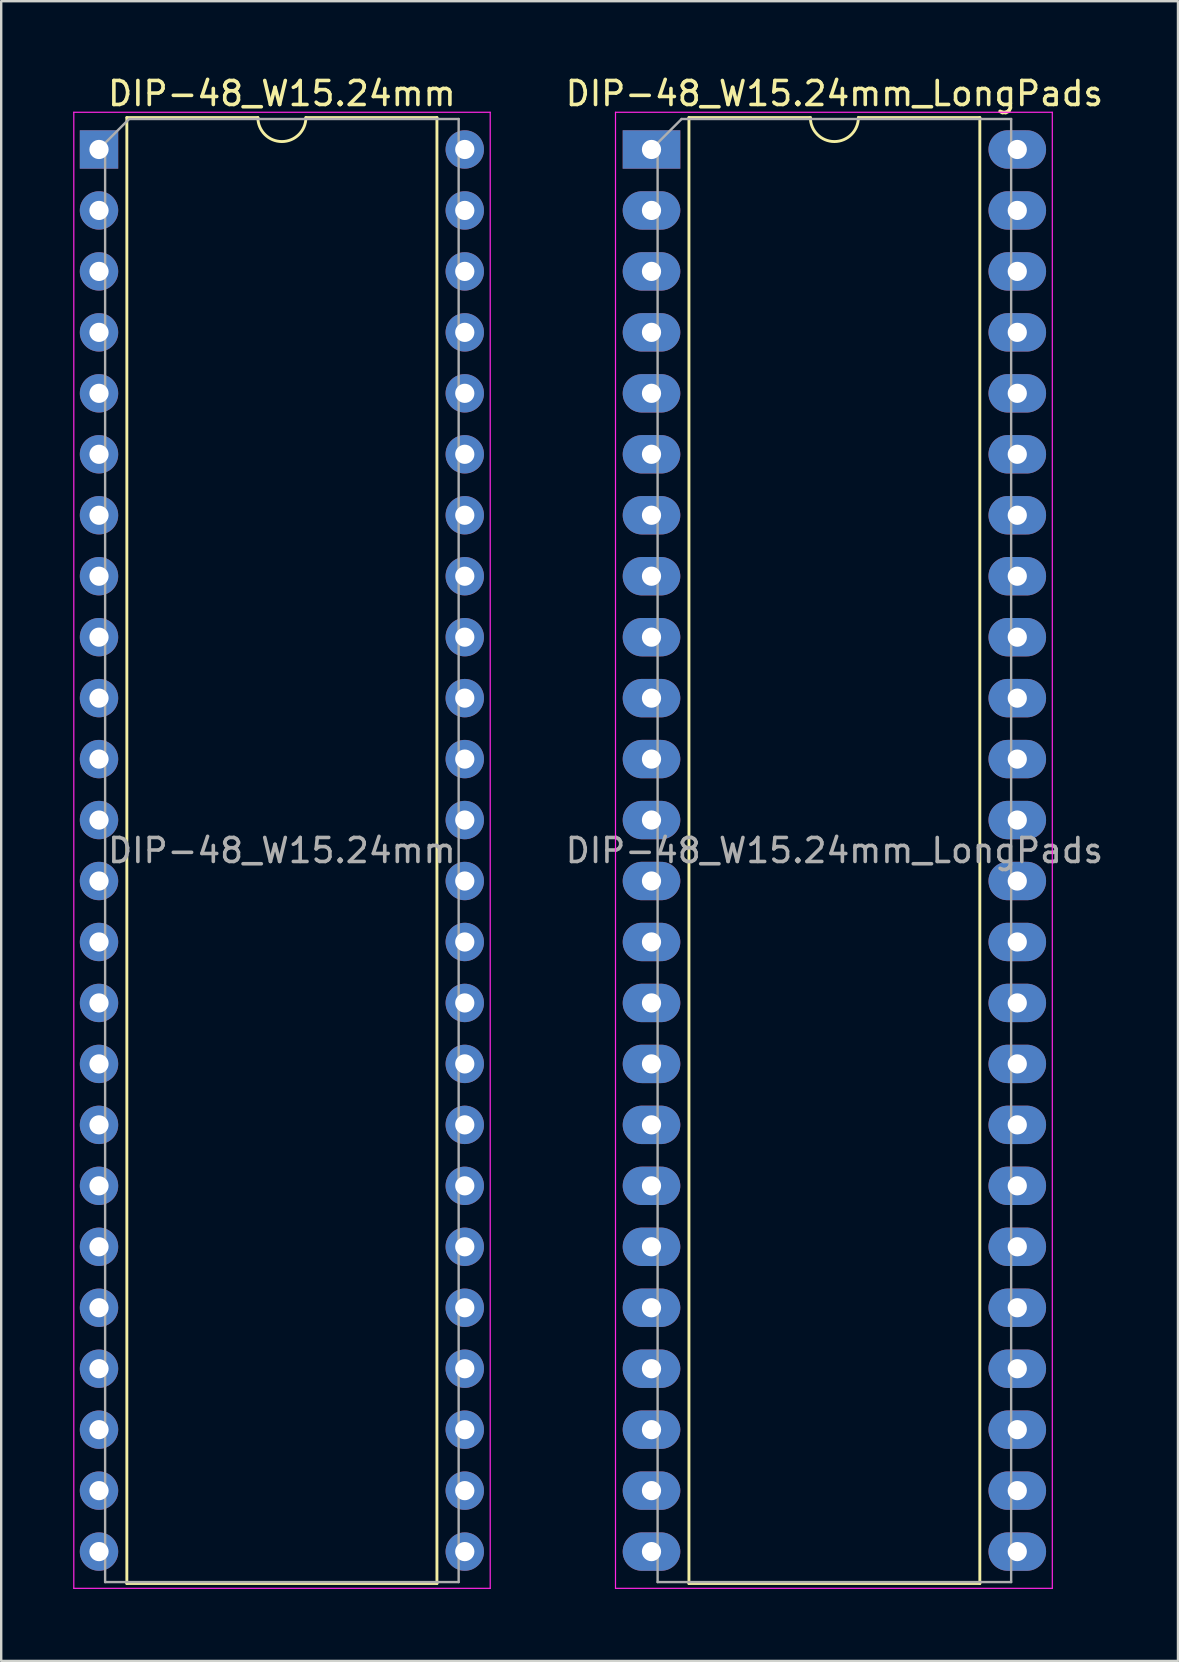
<source format=kicad_pcb>
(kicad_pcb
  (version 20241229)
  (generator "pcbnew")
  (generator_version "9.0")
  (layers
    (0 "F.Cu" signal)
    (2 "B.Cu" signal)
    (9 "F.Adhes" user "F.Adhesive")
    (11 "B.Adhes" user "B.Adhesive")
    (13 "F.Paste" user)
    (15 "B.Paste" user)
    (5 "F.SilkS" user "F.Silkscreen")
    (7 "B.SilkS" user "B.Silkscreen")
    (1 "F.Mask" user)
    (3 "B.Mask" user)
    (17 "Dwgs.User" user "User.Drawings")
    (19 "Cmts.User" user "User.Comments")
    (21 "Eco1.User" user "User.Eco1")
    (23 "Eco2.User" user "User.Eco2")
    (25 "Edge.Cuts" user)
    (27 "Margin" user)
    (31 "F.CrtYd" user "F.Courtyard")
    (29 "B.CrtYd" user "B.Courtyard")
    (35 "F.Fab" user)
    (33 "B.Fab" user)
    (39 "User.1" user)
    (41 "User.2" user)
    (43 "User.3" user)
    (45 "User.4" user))
  (footprint "DIP-48_W15.24mm"
    (layer "F.Cu")
    (at 1.075 3.178)
    (property "Reference" "DIP-48_W15.24mm" (at 7.62 -2.33 0) (layer "F.SilkS") (effects (font (size 1 1) (thickness 0.15))))
    (attr through_hole)
    (fp_line (start 1.16 -1.33) (end 1.16 59.75) (stroke (width 0.12) (type solid)) (layer "F.SilkS"))
    (fp_line (start 1.16 59.75) (end 14.08 59.75) (stroke (width 0.12) (type solid)) (layer "F.SilkS"))
    (fp_line (start 6.62 -1.33) (end 1.16 -1.33) (stroke (width 0.12) (type solid)) (layer "F.SilkS"))
    (fp_line (start 14.08 -1.33) (end 8.62 -1.33) (stroke (width 0.12) (type solid)) (layer "F.SilkS"))
    (fp_line (start 14.08 59.75) (end 14.08 -1.33) (stroke (width 0.12) (type solid)) (layer "F.SilkS"))
    (fp_arc (start 8.62 -1.33) (mid 7.62 -0.33) (end 6.62 -1.33) (stroke (width 0.12) (type solid)) (layer "F.SilkS"))
    (fp_line (start -1.05 -1.55) (end -1.05 59.95) (stroke (width 0.05) (type solid)) (layer "F.CrtYd"))
    (fp_line (start -1.05 59.95) (end 16.3 59.95) (stroke (width 0.05) (type solid)) (layer "F.CrtYd"))
    (fp_line (start 16.3 -1.55) (end -1.05 -1.55) (stroke (width 0.05) (type solid)) (layer "F.CrtYd"))
    (fp_line (start 16.3 59.95) (end 16.3 -1.55) (stroke (width 0.05) (type solid)) (layer "F.CrtYd"))
    (fp_line (start 0.255 -0.27) (end 1.255 -1.27) (stroke (width 0.1) (type solid)) (layer "F.Fab"))
    (fp_line (start 0.255 59.69) (end 0.255 -0.27) (stroke (width 0.1) (type solid)) (layer "F.Fab"))
    (fp_line (start 1.255 -1.27) (end 14.985 -1.27) (stroke (width 0.1) (type solid)) (layer "F.Fab"))
    (fp_line (start 14.985 -1.27) (end 14.985 59.69) (stroke (width 0.1) (type solid)) (layer "F.Fab"))
    (fp_line (start 14.985 59.69) (end 0.255 59.69) (stroke (width 0.1) (type solid)) (layer "F.Fab"))
    (fp_text user "${REFERENCE}" (at 7.62 29.21 0) (layer "F.Fab") (effects (font (size 1 1) (thickness 0.15))))
    (pad "1" thru_hole rect (at 0 0) (size 1.6 1.6) (drill 0.8) (layers "*.Cu" "*.Mask"))
    (pad "2" thru_hole oval (at 0 2.54) (size 1.6 1.6) (drill 0.8) (layers "*.Cu" "*.Mask"))
    (pad "3" thru_hole oval (at 0 5.08) (size 1.6 1.6) (drill 0.8) (layers "*.Cu" "*.Mask"))
    (pad "4" thru_hole oval (at 0 7.62) (size 1.6 1.6) (drill 0.8) (layers "*.Cu" "*.Mask"))
    (pad "5" thru_hole oval (at 0 10.16) (size 1.6 1.6) (drill 0.8) (layers "*.Cu" "*.Mask"))
    (pad "6" thru_hole oval (at 0 12.7) (size 1.6 1.6) (drill 0.8) (layers "*.Cu" "*.Mask"))
    (pad "7" thru_hole oval (at 0 15.24) (size 1.6 1.6) (drill 0.8) (layers "*.Cu" "*.Mask"))
    (pad "8" thru_hole oval (at 0 17.78) (size 1.6 1.6) (drill 0.8) (layers "*.Cu" "*.Mask"))
    (pad "9" thru_hole oval (at 0 20.32) (size 1.6 1.6) (drill 0.8) (layers "*.Cu" "*.Mask"))
    (pad "10" thru_hole oval (at 0 22.86) (size 1.6 1.6) (drill 0.8) (layers "*.Cu" "*.Mask"))
    (pad "11" thru_hole oval (at 0 25.4) (size 1.6 1.6) (drill 0.8) (layers "*.Cu" "*.Mask"))
    (pad "12" thru_hole oval (at 0 27.94) (size 1.6 1.6) (drill 0.8) (layers "*.Cu" "*.Mask"))
    (pad "13" thru_hole oval (at 0 30.48) (size 1.6 1.6) (drill 0.8) (layers "*.Cu" "*.Mask"))
    (pad "14" thru_hole oval (at 0 33.02) (size 1.6 1.6) (drill 0.8) (layers "*.Cu" "*.Mask"))
    (pad "15" thru_hole oval (at 0 35.56) (size 1.6 1.6) (drill 0.8) (layers "*.Cu" "*.Mask"))
    (pad "16" thru_hole oval (at 0 38.1) (size 1.6 1.6) (drill 0.8) (layers "*.Cu" "*.Mask"))
    (pad "17" thru_hole oval (at 0 40.64) (size 1.6 1.6) (drill 0.8) (layers "*.Cu" "*.Mask"))
    (pad "18" thru_hole oval (at 0 43.18) (size 1.6 1.6) (drill 0.8) (layers "*.Cu" "*.Mask"))
    (pad "19" thru_hole oval (at 0 45.72) (size 1.6 1.6) (drill 0.8) (layers "*.Cu" "*.Mask"))
    (pad "20" thru_hole oval (at 0 48.26) (size 1.6 1.6) (drill 0.8) (layers "*.Cu" "*.Mask"))
    (pad "21" thru_hole oval (at 0 50.8) (size 1.6 1.6) (drill 0.8) (layers "*.Cu" "*.Mask"))
    (pad "22" thru_hole oval (at 0 53.34) (size 1.6 1.6) (drill 0.8) (layers "*.Cu" "*.Mask"))
    (pad "23" thru_hole oval (at 0 55.88) (size 1.6 1.6) (drill 0.8) (layers "*.Cu" "*.Mask"))
    (pad "24" thru_hole oval (at 0 58.42) (size 1.6 1.6) (drill 0.8) (layers "*.Cu" "*.Mask"))
    (pad "25" thru_hole oval (at 15.24 58.42) (size 1.6 1.6) (drill 0.8) (layers "*.Cu" "*.Mask"))
    (pad "26" thru_hole oval (at 15.24 55.88) (size 1.6 1.6) (drill 0.8) (layers "*.Cu" "*.Mask"))
    (pad "27" thru_hole oval (at 15.24 53.34) (size 1.6 1.6) (drill 0.8) (layers "*.Cu" "*.Mask"))
    (pad "28" thru_hole oval (at 15.24 50.8) (size 1.6 1.6) (drill 0.8) (layers "*.Cu" "*.Mask"))
    (pad "29" thru_hole oval (at 15.24 48.26) (size 1.6 1.6) (drill 0.8) (layers "*.Cu" "*.Mask"))
    (pad "30" thru_hole oval (at 15.24 45.72) (size 1.6 1.6) (drill 0.8) (layers "*.Cu" "*.Mask"))
    (pad "31" thru_hole oval (at 15.24 43.18) (size 1.6 1.6) (drill 0.8) (layers "*.Cu" "*.Mask"))
    (pad "32" thru_hole oval (at 15.24 40.64) (size 1.6 1.6) (drill 0.8) (layers "*.Cu" "*.Mask"))
    (pad "33" thru_hole oval (at 15.24 38.1) (size 1.6 1.6) (drill 0.8) (layers "*.Cu" "*.Mask"))
    (pad "34" thru_hole oval (at 15.24 35.56) (size 1.6 1.6) (drill 0.8) (layers "*.Cu" "*.Mask"))
    (pad "35" thru_hole oval (at 15.24 33.02) (size 1.6 1.6) (drill 0.8) (layers "*.Cu" "*.Mask"))
    (pad "36" thru_hole oval (at 15.24 30.48) (size 1.6 1.6) (drill 0.8) (layers "*.Cu" "*.Mask"))
    (pad "37" thru_hole oval (at 15.24 27.94) (size 1.6 1.6) (drill 0.8) (layers "*.Cu" "*.Mask"))
    (pad "38" thru_hole oval (at 15.24 25.4) (size 1.6 1.6) (drill 0.8) (layers "*.Cu" "*.Mask"))
    (pad "39" thru_hole oval (at 15.24 22.86) (size 1.6 1.6) (drill 0.8) (layers "*.Cu" "*.Mask"))
    (pad "40" thru_hole oval (at 15.24 20.32) (size 1.6 1.6) (drill 0.8) (layers "*.Cu" "*.Mask"))
    (pad "41" thru_hole oval (at 15.24 17.78) (size 1.6 1.6) (drill 0.8) (layers "*.Cu" "*.Mask"))
    (pad "42" thru_hole oval (at 15.24 15.24) (size 1.6 1.6) (drill 0.8) (layers "*.Cu" "*.Mask"))
    (pad "43" thru_hole oval (at 15.24 12.7) (size 1.6 1.6) (drill 0.8) (layers "*.Cu" "*.Mask"))
    (pad "44" thru_hole oval (at 15.24 10.16) (size 1.6 1.6) (drill 0.8) (layers "*.Cu" "*.Mask"))
    (pad "45" thru_hole oval (at 15.24 7.62) (size 1.6 1.6) (drill 0.8) (layers "*.Cu" "*.Mask"))
    (pad "46" thru_hole oval (at 15.24 5.08) (size 1.6 1.6) (drill 0.8) (layers "*.Cu" "*.Mask"))
    (pad "47" thru_hole oval (at 15.24 2.54) (size 1.6 1.6) (drill 0.8) (layers "*.Cu" "*.Mask"))
    (pad "48" thru_hole oval (at 15.24 0) (size 1.6 1.6) (drill 0.8) (layers "*.Cu" "*.Mask")))
  (footprint "DIP-48_W15.24mm_LongPads"
    (layer "F.Cu")
    (at 24.095 3.178)
    (property "Reference" "DIP-48_W15.24mm_LongPads" (at 7.62 -2.33 0) (layer "F.SilkS") (effects (font (size 1 1) (thickness 0.15))))
    (attr through_hole)
    (fp_line (start 1.56 -1.33) (end 1.56 59.75) (stroke (width 0.12) (type solid)) (layer "F.SilkS"))
    (fp_line (start 1.56 59.75) (end 13.68 59.75) (stroke (width 0.12) (type solid)) (layer "F.SilkS"))
    (fp_line (start 6.62 -1.33) (end 1.56 -1.33) (stroke (width 0.12) (type solid)) (layer "F.SilkS"))
    (fp_line (start 13.68 -1.33) (end 8.62 -1.33) (stroke (width 0.12) (type solid)) (layer "F.SilkS"))
    (fp_line (start 13.68 59.75) (end 13.68 -1.33) (stroke (width 0.12) (type solid)) (layer "F.SilkS"))
    (fp_arc (start 8.62 -1.33) (mid 7.62 -0.33) (end 6.62 -1.33) (stroke (width 0.12) (type solid)) (layer "F.SilkS"))
    (fp_line (start -1.5 -1.55) (end -1.5 59.95) (stroke (width 0.05) (type solid)) (layer "F.CrtYd"))
    (fp_line (start -1.5 59.95) (end 16.7 59.95) (stroke (width 0.05) (type solid)) (layer "F.CrtYd"))
    (fp_line (start 16.7 -1.55) (end -1.5 -1.55) (stroke (width 0.05) (type solid)) (layer "F.CrtYd"))
    (fp_line (start 16.7 59.95) (end 16.7 -1.55) (stroke (width 0.05) (type solid)) (layer "F.CrtYd"))
    (fp_line (start 0.255 -0.27) (end 1.255 -1.27) (stroke (width 0.1) (type solid)) (layer "F.Fab"))
    (fp_line (start 0.255 59.69) (end 0.255 -0.27) (stroke (width 0.1) (type solid)) (layer "F.Fab"))
    (fp_line (start 1.255 -1.27) (end 14.985 -1.27) (stroke (width 0.1) (type solid)) (layer "F.Fab"))
    (fp_line (start 14.985 -1.27) (end 14.985 59.69) (stroke (width 0.1) (type solid)) (layer "F.Fab"))
    (fp_line (start 14.985 59.69) (end 0.255 59.69) (stroke (width 0.1) (type solid)) (layer "F.Fab"))
    (fp_text user "${REFERENCE}" (at 7.62 29.21 0) (layer "F.Fab") (effects (font (size 1 1) (thickness 0.15))))
    (pad "1" thru_hole rect (at 0 0) (size 2.4 1.6) (drill 0.8) (layers "*.Cu" "*.Mask"))
    (pad "2" thru_hole oval (at 0 2.54) (size 2.4 1.6) (drill 0.8) (layers "*.Cu" "*.Mask"))
    (pad "3" thru_hole oval (at 0 5.08) (size 2.4 1.6) (drill 0.8) (layers "*.Cu" "*.Mask"))
    (pad "4" thru_hole oval (at 0 7.62) (size 2.4 1.6) (drill 0.8) (layers "*.Cu" "*.Mask"))
    (pad "5" thru_hole oval (at 0 10.16) (size 2.4 1.6) (drill 0.8) (layers "*.Cu" "*.Mask"))
    (pad "6" thru_hole oval (at 0 12.7) (size 2.4 1.6) (drill 0.8) (layers "*.Cu" "*.Mask"))
    (pad "7" thru_hole oval (at 0 15.24) (size 2.4 1.6) (drill 0.8) (layers "*.Cu" "*.Mask"))
    (pad "8" thru_hole oval (at 0 17.78) (size 2.4 1.6) (drill 0.8) (layers "*.Cu" "*.Mask"))
    (pad "9" thru_hole oval (at 0 20.32) (size 2.4 1.6) (drill 0.8) (layers "*.Cu" "*.Mask"))
    (pad "10" thru_hole oval (at 0 22.86) (size 2.4 1.6) (drill 0.8) (layers "*.Cu" "*.Mask"))
    (pad "11" thru_hole oval (at 0 25.4) (size 2.4 1.6) (drill 0.8) (layers "*.Cu" "*.Mask"))
    (pad "12" thru_hole oval (at 0 27.94) (size 2.4 1.6) (drill 0.8) (layers "*.Cu" "*.Mask"))
    (pad "13" thru_hole oval (at 0 30.48) (size 2.4 1.6) (drill 0.8) (layers "*.Cu" "*.Mask"))
    (pad "14" thru_hole oval (at 0 33.02) (size 2.4 1.6) (drill 0.8) (layers "*.Cu" "*.Mask"))
    (pad "15" thru_hole oval (at 0 35.56) (size 2.4 1.6) (drill 0.8) (layers "*.Cu" "*.Mask"))
    (pad "16" thru_hole oval (at 0 38.1) (size 2.4 1.6) (drill 0.8) (layers "*.Cu" "*.Mask"))
    (pad "17" thru_hole oval (at 0 40.64) (size 2.4 1.6) (drill 0.8) (layers "*.Cu" "*.Mask"))
    (pad "18" thru_hole oval (at 0 43.18) (size 2.4 1.6) (drill 0.8) (layers "*.Cu" "*.Mask"))
    (pad "19" thru_hole oval (at 0 45.72) (size 2.4 1.6) (drill 0.8) (layers "*.Cu" "*.Mask"))
    (pad "20" thru_hole oval (at 0 48.26) (size 2.4 1.6) (drill 0.8) (layers "*.Cu" "*.Mask"))
    (pad "21" thru_hole oval (at 0 50.8) (size 2.4 1.6) (drill 0.8) (layers "*.Cu" "*.Mask"))
    (pad "22" thru_hole oval (at 0 53.34) (size 2.4 1.6) (drill 0.8) (layers "*.Cu" "*.Mask"))
    (pad "23" thru_hole oval (at 0 55.88) (size 2.4 1.6) (drill 0.8) (layers "*.Cu" "*.Mask"))
    (pad "24" thru_hole oval (at 0 58.42) (size 2.4 1.6) (drill 0.8) (layers "*.Cu" "*.Mask"))
    (pad "25" thru_hole oval (at 15.24 58.42) (size 2.4 1.6) (drill 0.8) (layers "*.Cu" "*.Mask"))
    (pad "26" thru_hole oval (at 15.24 55.88) (size 2.4 1.6) (drill 0.8) (layers "*.Cu" "*.Mask"))
    (pad "27" thru_hole oval (at 15.24 53.34) (size 2.4 1.6) (drill 0.8) (layers "*.Cu" "*.Mask"))
    (pad "28" thru_hole oval (at 15.24 50.8) (size 2.4 1.6) (drill 0.8) (layers "*.Cu" "*.Mask"))
    (pad "29" thru_hole oval (at 15.24 48.26) (size 2.4 1.6) (drill 0.8) (layers "*.Cu" "*.Mask"))
    (pad "30" thru_hole oval (at 15.24 45.72) (size 2.4 1.6) (drill 0.8) (layers "*.Cu" "*.Mask"))
    (pad "31" thru_hole oval (at 15.24 43.18) (size 2.4 1.6) (drill 0.8) (layers "*.Cu" "*.Mask"))
    (pad "32" thru_hole oval (at 15.24 40.64) (size 2.4 1.6) (drill 0.8) (layers "*.Cu" "*.Mask"))
    (pad "33" thru_hole oval (at 15.24 38.1) (size 2.4 1.6) (drill 0.8) (layers "*.Cu" "*.Mask"))
    (pad "34" thru_hole oval (at 15.24 35.56) (size 2.4 1.6) (drill 0.8) (layers "*.Cu" "*.Mask"))
    (pad "35" thru_hole oval (at 15.24 33.02) (size 2.4 1.6) (drill 0.8) (layers "*.Cu" "*.Mask"))
    (pad "36" thru_hole oval (at 15.24 30.48) (size 2.4 1.6) (drill 0.8) (layers "*.Cu" "*.Mask"))
    (pad "37" thru_hole oval (at 15.24 27.94) (size 2.4 1.6) (drill 0.8) (layers "*.Cu" "*.Mask"))
    (pad "38" thru_hole oval (at 15.24 25.4) (size 2.4 1.6) (drill 0.8) (layers "*.Cu" "*.Mask"))
    (pad "39" thru_hole oval (at 15.24 22.86) (size 2.4 1.6) (drill 0.8) (layers "*.Cu" "*.Mask"))
    (pad "40" thru_hole oval (at 15.24 20.32) (size 2.4 1.6) (drill 0.8) (layers "*.Cu" "*.Mask"))
    (pad "41" thru_hole oval (at 15.24 17.78) (size 2.4 1.6) (drill 0.8) (layers "*.Cu" "*.Mask"))
    (pad "42" thru_hole oval (at 15.24 15.24) (size 2.4 1.6) (drill 0.8) (layers "*.Cu" "*.Mask"))
    (pad "43" thru_hole oval (at 15.24 12.7) (size 2.4 1.6) (drill 0.8) (layers "*.Cu" "*.Mask"))
    (pad "44" thru_hole oval (at 15.24 10.16) (size 2.4 1.6) (drill 0.8) (layers "*.Cu" "*.Mask"))
    (pad "45" thru_hole oval (at 15.24 7.62) (size 2.4 1.6) (drill 0.8) (layers "*.Cu" "*.Mask"))
    (pad "46" thru_hole oval (at 15.24 5.08) (size 2.4 1.6) (drill 0.8) (layers "*.Cu" "*.Mask"))
    (pad "47" thru_hole oval (at 15.24 2.54) (size 2.4 1.6) (drill 0.8) (layers "*.Cu" "*.Mask"))
    (pad "48" thru_hole oval (at 15.24 0) (size 2.4 1.6) (drill 0.8) (layers "*.Cu" "*.Mask")))
  (gr_rect
    (start -3 -3)
    (end 46.031 66.153)
    (stroke (width 0.1) (type default))
    (fill no)
    (layer "Edge.Cuts")))
</source>
